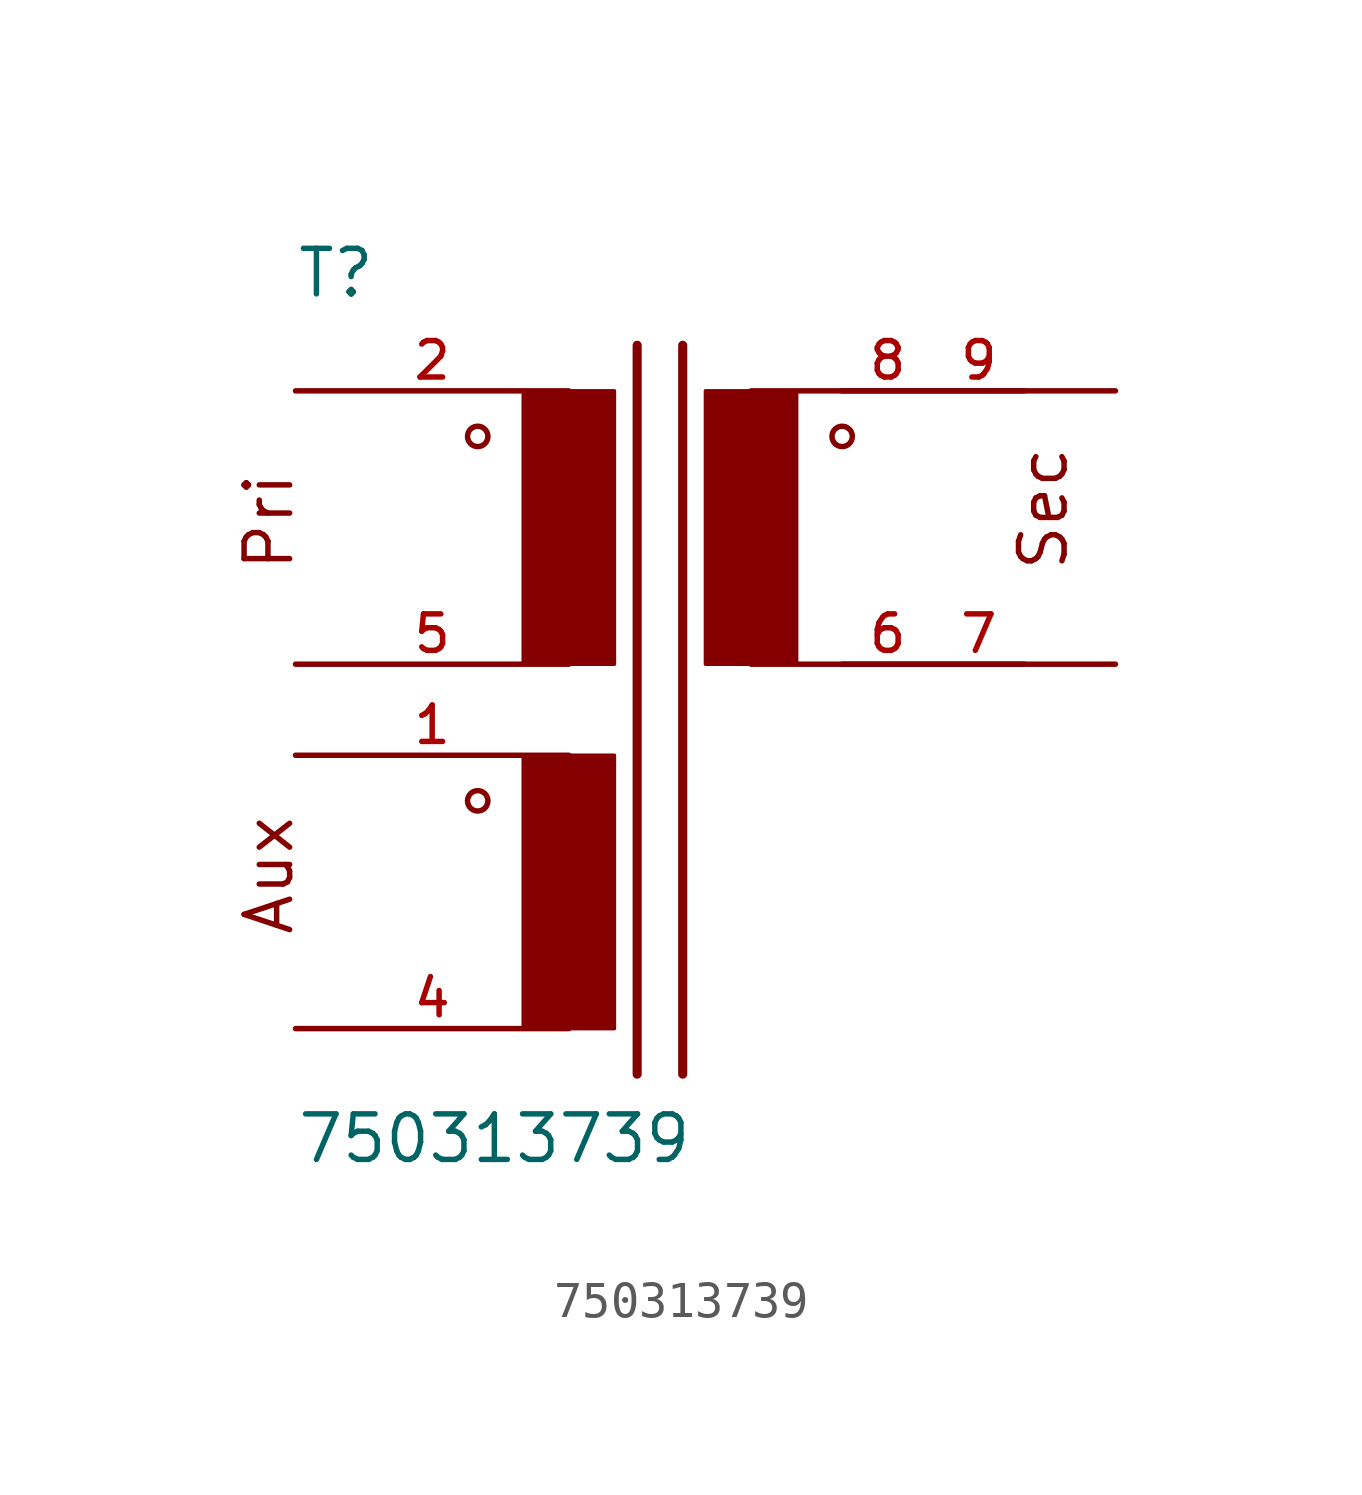
<source format=kicad_sym>
(kicad_symbol_lib
  (version 20211014)
  (generator kicad_symbol_editor)
  (symbol "750313739"
    (pin_names
      (offset 1.016))
    (property "Reference" "T"
      (at -10.16 10.16 0)
      (effects (font (size 1.27 1.27)) (justify bottom left)))
    (property "Value" "750313739"
      (at -10.16 -13.97 0)
      (effects (font (size 1.27 1.27)) (justify bottom left)))
    (symbol "750313739_0_0"
      (polyline (pts (xy -0.635 8.89) (xy -0.635 -11.43)) (stroke (width 0.254)))
      (polyline (pts (xy 0.635 8.89) (xy 0.635 -11.43)) (stroke (width 0.254)))
      (rectangle (start -3.81 0.0) (end -1.27 7.62) (stroke (width 0.1)) (fill (type outline)))
      (rectangle (start -3.81 -10.16) (end -1.27 -2.54) (stroke (width 0.1)) (fill (type outline)))
      (text "Pri" (at -10.16 2.54 900) (effects (font (size 1.27 1.27)) (justify bottom left)))
      (text "Aux" (at -10.16 -7.62 900) (effects (font (size 1.27 1.27)) (justify bottom left)))
      (circle (center -5.08 6.35) (radius 0.284) (stroke (width 0.0)) (fill (type none)))
      (circle (center -5.08 -3.81) (radius 0.284) (stroke (width 0.0)) (fill (type none)))
      (rectangle (start 1.27 0.0) (end 3.81 7.62) (stroke (width 0.1)) (fill (type outline)))
      (text "Sec" (at 11.43 2.54 900) (effects (font (size 1.27 1.27)) (justify bottom left)))
      (circle (center 5.08 6.35) (radius 0.284) (stroke (width 0.0)) (fill (type none)))
      (pin passive line (at -10.16 7.62 0) (length 7.62) (name "~" (effects (font (size 1.016 1.016)))) (number "2" (effects (font (size 1.016 1.016)))))
      (pin passive line (at -10.16 0.0 0) (length 7.62) (name "~" (effects (font (size 1.016 1.016)))) (number "5" (effects (font (size 1.016 1.016)))))
      (pin passive line (at -10.16 -2.54 0) (length 7.62) (name "~" (effects (font (size 1.016 1.016)))) (number "1" (effects (font (size 1.016 1.016)))))
      (pin passive line (at -10.16 -10.16 0) (length 7.62) (name "~" (effects (font (size 1.016 1.016)))) (number "4" (effects (font (size 1.016 1.016)))))
      (pin passive line (at 10.16 7.62 180.0) (length 7.62) (name "~" (effects (font (size 1.016 1.016)))) (number "8" (effects (font (size 1.016 1.016)))))
      (pin passive line (at 10.16 0.0 180.0) (length 7.62) (name "~" (effects (font (size 1.016 1.016)))) (number "6" (effects (font (size 1.016 1.016)))))
      (pin passive line (at 12.7 7.62 180.0) (length 7.62) (name "~" (effects (font (size 1.016 1.016)))) (number "9" (effects (font (size 1.016 1.016)))))
      (pin passive line (at 12.7 0.0 180.0) (length 7.62) (name "~" (effects (font (size 1.016 1.016)))) (number "7" (effects (font (size 1.016 1.016))))))))
</source>
